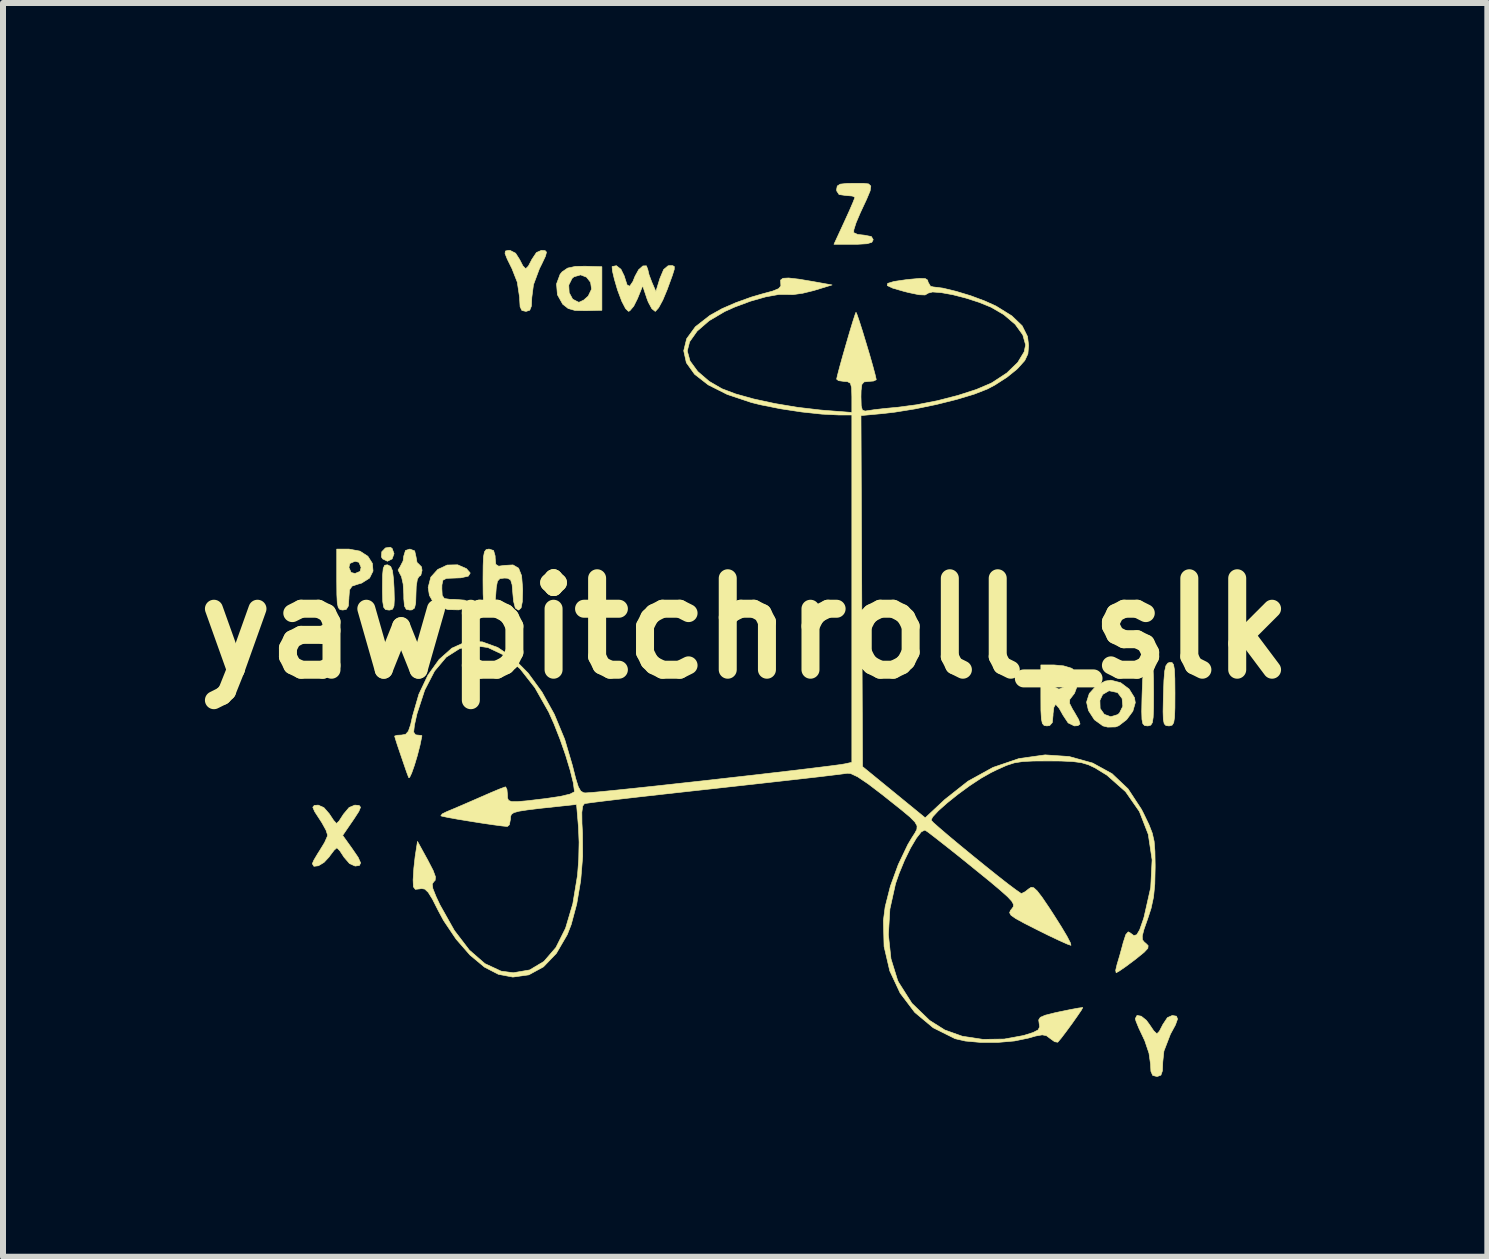
<source format=kicad_pcb>
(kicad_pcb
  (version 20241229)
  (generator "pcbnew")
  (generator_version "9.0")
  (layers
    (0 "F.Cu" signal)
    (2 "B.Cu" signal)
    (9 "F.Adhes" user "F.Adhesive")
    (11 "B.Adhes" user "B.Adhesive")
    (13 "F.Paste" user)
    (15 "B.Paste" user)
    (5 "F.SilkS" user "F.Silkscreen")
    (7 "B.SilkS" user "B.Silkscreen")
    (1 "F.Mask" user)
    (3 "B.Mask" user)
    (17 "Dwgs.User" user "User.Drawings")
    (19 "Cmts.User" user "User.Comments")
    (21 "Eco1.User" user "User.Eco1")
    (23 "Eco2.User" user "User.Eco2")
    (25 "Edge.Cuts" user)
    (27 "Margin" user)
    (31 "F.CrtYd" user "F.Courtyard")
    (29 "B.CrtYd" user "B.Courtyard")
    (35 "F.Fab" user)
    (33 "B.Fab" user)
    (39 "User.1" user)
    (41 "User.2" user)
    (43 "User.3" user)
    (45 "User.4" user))
  (footprint "yawpitchroll_slk"
    (layer "F.Cu")
    (at 9.369 7.422)
    (property "Reference" "yawpitchroll_slk" (at 0 0 0) (layer "F.SilkS") (effects (font (size 1.524 1.524) (thickness 0.3))))
    (attr through_hole)
    (fp_poly (pts (xy -5.884 -1.332) (xy -5.852 -1.245) (xy -5.884 -1.157) (xy -5.962 -1.118) (xy -6.043 -1.158) (xy -6.062 -1.19) (xy -6.056 -1.277) (xy -5.995 -1.34) (xy -5.915 -1.352) (xy -5.884 -1.332)) (stroke (width 0.01) (type solid)) (fill yes) (layer "F.SilkS"))
    (fp_poly (pts (xy -5.956 -1.057) (xy -5.908 -1.031) (xy -5.878 -0.96) (xy -5.861 -0.824) (xy -5.852 -0.673) (xy -5.847 -0.482) (xy -5.853 -0.372) (xy -5.876 -0.32) (xy -5.922 -0.305) (xy -5.941 -0.305) (xy -5.994 -0.313) (xy -6.025 -0.352) (xy -6.04 -0.444) (xy -6.045 -0.607) (xy -6.045 -0.69) (xy -6.043 -0.885) (xy -6.032 -0.999) (xy -6.008 -1.051) (xy -5.966 -1.059) (xy -5.956 -1.057)) (stroke (width 0.01) (type solid)) (fill yes) (layer "F.SilkS"))
    (fp_poly (pts (xy 6.758 0.57) (xy 6.784 0.604) (xy 6.799 0.688) (xy 6.805 0.838) (xy 6.807 1.072) (xy 6.807 1.088) (xy 6.806 1.327) (xy 6.8 1.482) (xy 6.786 1.572) (xy 6.76 1.613) (xy 6.719 1.625) (xy 6.704 1.626) (xy 6.657 1.62) (xy 6.628 1.59) (xy 6.613 1.518) (xy 6.609 1.386) (xy 6.613 1.175) (xy 6.615 1.105) (xy 6.624 0.867) (xy 6.637 0.712) (xy 6.657 0.623) (xy 6.688 0.58) (xy 6.718 0.568) (xy 6.758 0.57)) (stroke (width 0.01) (type solid)) (fill yes) (layer "F.SilkS"))
    (fp_poly (pts (xy 7.114 0.57) (xy 7.139 0.604) (xy 7.154 0.688) (xy 7.161 0.838) (xy 7.163 1.072) (xy 7.163 1.088) (xy 7.162 1.327) (xy 7.156 1.482) (xy 7.142 1.572) (xy 7.116 1.613) (xy 7.075 1.625) (xy 7.059 1.626) (xy 7.013 1.62) (xy 6.984 1.59) (xy 6.969 1.518) (xy 6.965 1.386) (xy 6.969 1.175) (xy 6.971 1.105) (xy 6.979 0.867) (xy 6.992 0.712) (xy 7.012 0.623) (xy 7.044 0.58) (xy 7.074 0.568) (xy 7.114 0.57)) (stroke (width 0.01) (type solid)) (fill yes) (layer "F.SilkS"))
    (fp_poly (pts (xy -4.645 -0.995) (xy -4.582 -0.922) (xy -4.614 -0.87) (xy -4.74 -0.842) (xy -4.843 -0.838) (xy -4.977 -0.833) (xy -5.037 -0.803) (xy -5.054 -0.723) (xy -5.055 -0.66) (xy -5.049 -0.548) (xy -5.013 -0.497) (xy -4.917 -0.483) (xy -4.843 -0.483) (xy -4.678 -0.47) (xy -4.589 -0.435) (xy -4.587 -0.385) (xy -4.624 -0.354) (xy -4.77 -0.308) (xy -4.949 -0.312) (xy -5.112 -0.359) (xy -5.182 -0.406) (xy -5.263 -0.551) (xy -5.283 -0.682) (xy -5.239 -0.853) (xy -5.124 -0.981) (xy -4.966 -1.055) (xy -4.792 -1.059) (xy -4.645 -0.995)) (stroke (width 0.01) (type solid)) (fill yes) (layer "F.SilkS"))
    (fp_poly (pts (xy -5.508 -1.291) (xy -5.486 -1.194) (xy -5.469 -1.098) (xy -5.436 -1.067) (xy -5.394 -1.024) (xy -5.385 -0.965) (xy -5.406 -0.883) (xy -5.436 -0.864) (xy -5.463 -0.818) (xy -5.482 -0.699) (xy -5.486 -0.584) (xy -5.491 -0.423) (xy -5.51 -0.339) (xy -5.552 -0.308) (xy -5.588 -0.305) (xy -5.648 -0.317) (xy -5.678 -0.371) (xy -5.689 -0.491) (xy -5.69 -0.574) (xy -5.7 -0.738) (xy -5.728 -0.863) (xy -5.751 -0.904) (xy -5.785 -0.973) (xy -5.751 -1.026) (xy -5.701 -1.123) (xy -5.69 -1.204) (xy -5.661 -1.298) (xy -5.588 -1.321) (xy -5.508 -1.291)) (stroke (width 0.01) (type solid)) (fill yes) (layer "F.SilkS"))
    (fp_poly (pts (xy -2.388 -6.027) (xy -2.388 -5.301) (xy -2.66 -5.294) (xy -2.836 -5.298) (xy -2.949 -5.33) (xy -3.037 -5.399) (xy -3.041 -5.403) (xy -3.129 -5.56) (xy -3.142 -5.721) (xy -2.94 -5.721) (xy -2.933 -5.594) (xy -2.875 -5.486) (xy -2.778 -5.436) (xy -2.766 -5.436) (xy -2.692 -5.47) (xy -2.616 -5.537) (xy -2.56 -5.653) (xy -2.576 -5.766) (xy -2.644 -5.853) (xy -2.743 -5.891) (xy -2.853 -5.859) (xy -2.885 -5.832) (xy -2.94 -5.721) (xy -3.142 -5.721) (xy -3.144 -5.739) (xy -3.084 -5.901) (xy -3.05 -5.942) (xy -2.959 -6.004) (xy -2.83 -6.032) (xy -2.669 -6.035) (xy -2.388 -6.027)) (stroke (width 0.01) (type solid)) (fill yes) (layer "F.SilkS"))
    (fp_poly (pts (xy 6.601 6.464) (xy 6.686 6.532) (xy 6.739 6.604) (xy 6.808 6.706) (xy 6.859 6.755) (xy 6.863 6.756) (xy 6.903 6.715) (xy 6.956 6.613) (xy 6.96 6.604) (xy 7.037 6.488) (xy 7.118 6.452) (xy 7.188 6.464) (xy 7.206 6.511) (xy 7.171 6.609) (xy 7.087 6.764) (xy 6.979 7.045) (xy 6.96 7.226) (xy 6.954 7.374) (xy 6.929 7.446) (xy 6.874 7.467) (xy 6.858 7.468) (xy 6.792 7.451) (xy 6.762 7.382) (xy 6.756 7.263) (xy 6.73 7.08) (xy 6.66 6.873) (xy 6.629 6.807) (xy 6.559 6.659) (xy 6.513 6.545) (xy 6.502 6.504) (xy 6.531 6.451) (xy 6.601 6.464)) (stroke (width 0.01) (type solid)) (fill yes) (layer "F.SilkS"))
    (fp_poly (pts (xy -3.334 -6.295) (xy -3.311 -6.27) (xy -3.328 -6.203) (xy -3.389 -6.074) (xy -3.429 -5.994) (xy -3.528 -5.728) (xy -3.556 -5.513) (xy -3.563 -5.37) (xy -3.59 -5.302) (xy -3.649 -5.283) (xy -3.658 -5.283) (xy -3.721 -5.298) (xy -3.751 -5.36) (xy -3.759 -5.494) (xy -3.759 -5.513) (xy -3.798 -5.77) (xy -3.886 -5.994) (xy -3.966 -6.156) (xy -4.002 -6.247) (xy -3.996 -6.288) (xy -3.95 -6.299) (xy -3.918 -6.299) (xy -3.826 -6.252) (xy -3.759 -6.147) (xy -3.705 -6.042) (xy -3.66 -5.995) (xy -3.658 -5.994) (xy -3.614 -6.036) (xy -3.56 -6.138) (xy -3.556 -6.147) (xy -3.479 -6.263) (xy -3.397 -6.299) (xy -3.334 -6.295)) (stroke (width 0.01) (type solid)) (fill yes) (layer "F.SilkS"))
    (fp_poly (pts (xy 6.258 0.906) (xy 6.399 1.012) (xy 6.488 1.155) (xy 6.502 1.239) (xy 6.461 1.381) (xy 6.358 1.521) (xy 6.226 1.623) (xy 6.172 1.643) (xy 6.042 1.646) (xy 5.962 1.626) (xy 5.821 1.524) (xy 5.721 1.369) (xy 5.69 1.231) (xy 5.699 1.2) (xy 5.912 1.2) (xy 5.916 1.336) (xy 5.985 1.433) (xy 6.092 1.473) (xy 6.208 1.438) (xy 6.238 1.412) (xy 6.294 1.298) (xy 6.282 1.169) (xy 6.209 1.073) (xy 6.201 1.069) (xy 6.064 1.04) (xy 5.958 1.102) (xy 5.912 1.2) (xy 5.699 1.2) (xy 5.735 1.087) (xy 5.849 0.96) (xy 6.001 0.879) (xy 6.096 0.864) (xy 6.258 0.906)) (stroke (width 0.01) (type solid)) (fill yes) (layer "F.SilkS"))
    (fp_poly (pts (xy -6.42 -1.287) (xy -6.288 -1.201) (xy -6.213 -1.083) (xy -6.202 -0.955) (xy -6.26 -0.838) (xy -6.392 -0.754) (xy -6.451 -0.737) (xy -6.551 -0.704) (xy -6.594 -0.641) (xy -6.604 -0.514) (xy -6.604 -0.504) (xy -6.613 -0.373) (xy -6.649 -0.315) (xy -6.706 -0.305) (xy -6.752 -0.312) (xy -6.781 -0.345) (xy -6.798 -0.423) (xy -6.805 -0.563) (xy -6.807 -0.786) (xy -6.807 -0.813) (xy -6.807 -1.016) (xy -6.604 -1.016) (xy -6.568 -0.931) (xy -6.502 -0.914) (xy -6.417 -0.95) (xy -6.401 -1.016) (xy -6.437 -1.101) (xy -6.502 -1.118) (xy -6.587 -1.082) (xy -6.604 -1.016) (xy -6.807 -1.016) (xy -6.807 -1.321) (xy -6.604 -1.321) (xy -6.42 -1.287)) (stroke (width 0.01) (type solid)) (fill yes) (layer "F.SilkS"))
    (fp_poly (pts (xy 2.057 -7.407) (xy 2.094 -7.371) (xy 2.083 -7.292) (xy 2.025 -7.153) (xy 1.925 -6.939) (xy 1.913 -6.912) (xy 1.848 -6.759) (xy 1.811 -6.642) (xy 1.809 -6.595) (xy 1.873 -6.565) (xy 1.984 -6.553) (xy 2.103 -6.53) (xy 2.134 -6.477) (xy 2.111 -6.434) (xy 2.032 -6.41) (xy 1.877 -6.401) (xy 1.807 -6.401) (xy 1.48 -6.401) (xy 1.654 -6.778) (xy 1.735 -6.956) (xy 1.796 -7.097) (xy 1.827 -7.176) (xy 1.829 -7.185) (xy 1.785 -7.205) (xy 1.678 -7.214) (xy 1.676 -7.214) (xy 1.565 -7.23) (xy 1.526 -7.289) (xy 1.524 -7.315) (xy 1.535 -7.372) (xy 1.584 -7.403) (xy 1.694 -7.415) (xy 1.828 -7.417) (xy 1.969 -7.417) (xy 2.057 -7.407)) (stroke (width 0.01) (type solid)) (fill yes) (layer "F.SilkS"))
    (fp_poly (pts (xy -4.193 -1.297) (xy -4.167 -1.207) (xy -4.166 -1.17) (xy -4.156 -1.066) (xy -4.108 -1.036) (xy -4.013 -1.049) (xy -3.869 -1.057) (xy -3.776 -1.003) (xy -3.726 -0.877) (xy -3.709 -0.665) (xy -3.708 -0.629) (xy -3.714 -0.444) (xy -3.734 -0.342) (xy -3.771 -0.306) (xy -3.782 -0.305) (xy -3.831 -0.339) (xy -3.86 -0.452) (xy -3.871 -0.572) (xy -3.884 -0.727) (xy -3.909 -0.807) (xy -3.96 -0.835) (xy -4.013 -0.838) (xy -4.088 -0.829) (xy -4.128 -0.786) (xy -4.148 -0.684) (xy -4.156 -0.572) (xy -4.17 -0.413) (xy -4.198 -0.333) (xy -4.249 -0.306) (xy -4.27 -0.305) (xy -4.315 -0.312) (xy -4.344 -0.347) (xy -4.36 -0.428) (xy -4.367 -0.573) (xy -4.369 -0.8) (xy -4.369 -0.813) (xy -4.367 -1.044) (xy -4.361 -1.192) (xy -4.345 -1.275) (xy -4.317 -1.312) (xy -4.273 -1.321) (xy -4.267 -1.321) (xy -4.193 -1.297)) (stroke (width 0.01) (type solid)) (fill yes) (layer "F.SilkS"))
    (fp_poly (pts (xy -1.209 -6.045) (xy -1.181 -6.03) (xy -1.182 -5.982) (xy -1.213 -5.883) (xy -1.275 -5.713) (xy -1.301 -5.642) (xy -1.373 -5.47) (xy -1.442 -5.343) (xy -1.494 -5.285) (xy -1.5 -5.283) (xy -1.555 -5.327) (xy -1.615 -5.438) (xy -1.637 -5.496) (xy -1.708 -5.709) (xy -1.794 -5.496) (xy -1.858 -5.368) (xy -1.923 -5.292) (xy -1.945 -5.283) (xy -1.993 -5.329) (xy -2.056 -5.45) (xy -2.122 -5.626) (xy -2.128 -5.643) (xy -2.18 -5.82) (xy -2.212 -5.956) (xy -2.218 -6.027) (xy -2.216 -6.03) (xy -2.146 -6.044) (xy -2.07 -5.984) (xy -2.014 -5.87) (xy -2.007 -5.845) (xy -1.968 -5.724) (xy -1.924 -5.702) (xy -1.871 -5.78) (xy -1.836 -5.867) (xy -1.775 -5.978) (xy -1.704 -6.04) (xy -1.646 -6.042) (xy -1.623 -5.982) (xy -1.602 -5.893) (xy -1.555 -5.768) (xy -1.554 -5.766) (xy -1.488 -5.613) (xy -1.422 -5.829) (xy -1.358 -5.981) (xy -1.285 -6.042) (xy -1.262 -6.045) (xy -1.209 -6.045)) (stroke (width 0.01) (type solid)) (fill yes) (layer "F.SilkS"))
    (fp_poly (pts (xy 5.306 0.625) (xy 5.434 0.663) (xy 5.458 0.677) (xy 5.532 0.788) (xy 5.543 0.936) (xy 5.489 1.082) (xy 5.462 1.117) (xy 5.409 1.186) (xy 5.406 1.25) (xy 5.456 1.348) (xy 5.481 1.388) (xy 5.559 1.523) (xy 5.581 1.594) (xy 5.545 1.622) (xy 5.486 1.626) (xy 5.383 1.576) (xy 5.298 1.448) (xy 5.234 1.334) (xy 5.182 1.273) (xy 5.172 1.27) (xy 5.145 1.315) (xy 5.131 1.425) (xy 5.131 1.448) (xy 5.119 1.57) (xy 5.075 1.62) (xy 5.029 1.626) (xy 4.983 1.619) (xy 4.953 1.585) (xy 4.937 1.508) (xy 4.929 1.367) (xy 4.928 1.145) (xy 4.928 1.118) (xy 4.928 0.93) (xy 5.133 0.93) (xy 5.165 0.982) (xy 5.229 1.013) (xy 5.32 0.975) (xy 5.328 0.97) (xy 5.371 0.905) (xy 5.334 0.843) (xy 5.237 0.813) (xy 5.229 0.813) (xy 5.148 0.85) (xy 5.133 0.93) (xy 4.928 0.93) (xy 4.928 0.61) (xy 5.146 0.61) (xy 5.306 0.625)) (stroke (width 0.01) (type solid)) (fill yes) (layer "F.SilkS"))
    (fp_poly (pts (xy -6.433 2.952) (xy -6.41 2.982) (xy -6.439 3.052) (xy -6.524 3.183) (xy -6.555 3.228) (xy -6.708 3.451) (xy -6.555 3.664) (xy -6.45 3.817) (xy -6.409 3.909) (xy -6.429 3.952) (xy -6.5 3.962) (xy -6.593 3.921) (xy -6.684 3.816) (xy -6.688 3.81) (xy -6.755 3.708) (xy -6.802 3.659) (xy -6.805 3.658) (xy -6.849 3.696) (xy -6.92 3.789) (xy -6.934 3.81) (xy -7.019 3.901) (xy -7.112 3.957) (xy -7.187 3.966) (xy -7.214 3.923) (xy -7.187 3.861) (xy -7.121 3.75) (xy -7.087 3.697) (xy -7.009 3.569) (xy -6.964 3.467) (xy -6.96 3.443) (xy -6.986 3.363) (xy -7.054 3.24) (xy -7.087 3.189) (xy -7.175 3.054) (xy -7.206 2.981) (xy -7.181 2.951) (xy -7.115 2.946) (xy -7.021 2.988) (xy -6.93 3.092) (xy -6.926 3.099) (xy -6.859 3.2) (xy -6.813 3.25) (xy -6.809 3.251) (xy -6.768 3.211) (xy -6.705 3.114) (xy -6.695 3.098) (xy -6.6 2.985) (xy -6.505 2.946) (xy -6.433 2.952)) (stroke (width 0.01) (type solid)) (fill yes) (layer "F.SilkS"))
    (fp_poly (pts (xy 0.892 -5.82) (xy 1.113 -5.783) (xy 1.448 -5.723) (xy 1.143 -5.63) (xy 0.96 -5.585) (xy 0.797 -5.562) (xy 0.711 -5.564) (xy 0.559 -5.564) (xy 0.343 -5.525) (xy 0.09 -5.453) (xy -0.174 -5.355) (xy -0.339 -5.281) (xy -0.6 -5.127) (xy -0.8 -4.954) (xy -0.926 -4.776) (xy -0.965 -4.623) (xy -0.919 -4.456) (xy -0.791 -4.281) (xy -0.599 -4.116) (xy -0.387 -3.993) (xy -0.16 -3.907) (xy 0.141 -3.823) (xy 0.493 -3.747) (xy 0.869 -3.684) (xy 1.244 -3.64) (xy 1.333 -3.632) (xy 1.778 -3.598) (xy 1.778 -3.856) (xy 1.774 -4.009) (xy 1.754 -4.085) (xy 1.704 -4.112) (xy 1.651 -4.115) (xy 1.556 -4.128) (xy 1.524 -4.153) (xy 1.538 -4.216) (xy 1.573 -4.35) (xy 1.623 -4.53) (xy 1.681 -4.732) (xy 1.739 -4.931) (xy 1.791 -5.103) (xy 1.83 -5.223) (xy 1.847 -5.268) (xy 1.865 -5.228) (xy 1.904 -5.114) (xy 1.957 -4.948) (xy 2.016 -4.753) (xy 2.076 -4.553) (xy 2.128 -4.37) (xy 2.166 -4.228) (xy 2.184 -4.149) (xy 2.184 -4.143) (xy 2.141 -4.122) (xy 2.057 -4.115) (xy 1.982 -4.107) (xy 1.945 -4.065) (xy 1.932 -3.963) (xy 1.93 -3.86) (xy 1.934 -3.71) (xy 1.953 -3.638) (xy 1.998 -3.621) (xy 2.045 -3.628) (xy 2.151 -3.644) (xy 2.323 -3.664) (xy 2.524 -3.683) (xy 2.536 -3.684) (xy 2.857 -3.726) (xy 3.204 -3.794) (xy 3.546 -3.882) (xy 3.853 -3.981) (xy 4.093 -4.083) (xy 4.119 -4.097) (xy 4.361 -4.256) (xy 4.543 -4.432) (xy 4.65 -4.609) (xy 4.674 -4.724) (xy 4.627 -4.891) (xy 4.501 -5.066) (xy 4.31 -5.229) (xy 4.099 -5.352) (xy 3.9 -5.433) (xy 3.68 -5.504) (xy 3.462 -5.56) (xy 3.268 -5.595) (xy 3.123 -5.606) (xy 3.047 -5.586) (xy 3.045 -5.583) (xy 2.998 -5.556) (xy 2.898 -5.56) (xy 2.725 -5.596) (xy 2.646 -5.616) (xy 2.459 -5.67) (xy 2.368 -5.713) (xy 2.375 -5.749) (xy 2.48 -5.781) (xy 2.685 -5.811) (xy 2.731 -5.816) (xy 2.906 -5.832) (xy 3.002 -5.829) (xy 3.042 -5.803) (xy 3.048 -5.771) (xy 3.089 -5.701) (xy 3.134 -5.69) (xy 3.295 -5.67) (xy 3.514 -5.617) (xy 3.759 -5.543) (xy 3.995 -5.455) (xy 4.181 -5.371) (xy 4.444 -5.208) (xy 4.616 -5.043) (xy 4.706 -4.863) (xy 4.724 -4.713) (xy 4.712 -4.574) (xy 4.66 -4.463) (xy 4.55 -4.34) (xy 4.525 -4.315) (xy 4.362 -4.184) (xy 4.16 -4.054) (xy 4.037 -3.989) (xy 3.817 -3.903) (xy 3.524 -3.815) (xy 3.188 -3.731) (xy 2.835 -3.658) (xy 2.495 -3.603) (xy 2.298 -3.58) (xy 1.93 -3.546) (xy 1.943 -0.621) (xy 1.956 2.304) (xy 3.001 3.158) (xy 3.327 2.853) (xy 3.713 2.548) (xy 4.13 2.318) (xy 4.564 2.17) (xy 4.999 2.109) (xy 5.399 2.136) (xy 5.791 2.245) (xy 6.114 2.422) (xy 6.381 2.675) (xy 6.604 3.015) (xy 6.64 3.085) (xy 6.729 3.27) (xy 6.785 3.414) (xy 6.816 3.551) (xy 6.829 3.716) (xy 6.833 3.943) (xy 6.833 3.985) (xy 6.827 4.262) (xy 6.806 4.477) (xy 6.765 4.667) (xy 6.709 4.839) (xy 6.646 5.018) (xy 6.618 5.127) (xy 6.621 5.19) (xy 6.654 5.232) (xy 6.676 5.248) (xy 6.716 5.288) (xy 6.711 5.333) (xy 6.648 5.4) (xy 6.516 5.507) (xy 6.49 5.527) (xy 6.347 5.634) (xy 6.237 5.71) (xy 6.183 5.74) (xy 6.183 5.74) (xy 6.175 5.699) (xy 6.198 5.601) (xy 6.24 5.461) (xy 6.288 5.286) (xy 6.3 5.239) (xy 6.344 5.104) (xy 6.384 5.058) (xy 6.415 5.074) (xy 6.477 5.12) (xy 6.526 5.107) (xy 6.575 5.024) (xy 6.634 4.856) (xy 6.648 4.811) (xy 6.759 4.319) (xy 6.782 3.857) (xy 6.718 3.433) (xy 6.57 3.052) (xy 6.34 2.722) (xy 6.03 2.448) (xy 5.832 2.326) (xy 5.72 2.273) (xy 5.605 2.239) (xy 5.461 2.22) (xy 5.262 2.211) (xy 5.052 2.21) (xy 4.802 2.211) (xy 4.624 2.22) (xy 4.485 2.242) (xy 4.356 2.284) (xy 4.206 2.351) (xy 4.099 2.403) (xy 3.931 2.498) (xy 3.74 2.624) (xy 3.545 2.767) (xy 3.365 2.911) (xy 3.219 3.041) (xy 3.124 3.144) (xy 3.099 3.196) (xy 3.136 3.237) (xy 3.239 3.328) (xy 3.391 3.458) (xy 3.578 3.614) (xy 3.785 3.784) (xy 3.997 3.956) (xy 4.198 4.117) (xy 4.374 4.255) (xy 4.51 4.357) (xy 4.591 4.413) (xy 4.605 4.42) (xy 4.667 4.389) (xy 4.726 4.342) (xy 4.766 4.316) (xy 4.809 4.323) (xy 4.866 4.375) (xy 4.949 4.483) (xy 5.069 4.66) (xy 5.143 4.774) (xy 5.267 4.97) (xy 5.363 5.131) (xy 5.42 5.241) (xy 5.43 5.283) (xy 5.429 5.283) (xy 5.368 5.262) (xy 5.236 5.203) (xy 5.054 5.117) (xy 4.871 5.026) (xy 4.65 4.914) (xy 4.508 4.836) (xy 4.431 4.782) (xy 4.407 4.74) (xy 4.422 4.701) (xy 4.443 4.676) (xy 4.469 4.64) (xy 4.472 4.601) (xy 4.444 4.549) (xy 4.375 4.474) (xy 4.255 4.367) (xy 4.077 4.217) (xy 3.829 4.016) (xy 3.785 3.98) (xy 3.55 3.79) (xy 3.339 3.623) (xy 3.168 3.489) (xy 3.05 3.398) (xy 2.996 3.362) (xy 2.996 3.362) (xy 2.936 3.391) (xy 2.853 3.497) (xy 2.756 3.661) (xy 2.656 3.865) (xy 2.564 4.088) (xy 2.506 4.255) (xy 2.412 4.678) (xy 2.387 5.104) (xy 2.43 5.508) (xy 2.54 5.863) (xy 2.555 5.896) (xy 2.779 6.249) (xy 3.075 6.535) (xy 3.327 6.694) (xy 3.619 6.798) (xy 3.962 6.85) (xy 4.319 6.845) (xy 4.64 6.786) (xy 4.801 6.735) (xy 4.883 6.692) (xy 4.908 6.641) (xy 4.9 6.586) (xy 4.892 6.526) (xy 4.919 6.483) (xy 5 6.448) (xy 5.154 6.409) (xy 5.242 6.39) (xy 5.422 6.353) (xy 5.557 6.328) (xy 5.623 6.32) (xy 5.626 6.321) (xy 5.604 6.362) (xy 5.538 6.459) (xy 5.448 6.587) (xy 5.351 6.719) (xy 5.266 6.831) (xy 5.21 6.897) (xy 5.209 6.898) (xy 5.157 6.889) (xy 5.085 6.837) (xy 5.021 6.789) (xy 4.951 6.775) (xy 4.843 6.794) (xy 4.72 6.829) (xy 4.487 6.877) (xy 4.21 6.901) (xy 3.924 6.901) (xy 3.669 6.878) (xy 3.499 6.839) (xy 3.134 6.657) (xy 2.826 6.4) (xy 2.583 6.079) (xy 2.41 5.709) (xy 2.315 5.302) (xy 2.304 4.869) (xy 2.333 4.641) (xy 2.42 4.298) (xy 2.552 3.936) (xy 2.71 3.605) (xy 2.776 3.494) (xy 2.829 3.412) (xy 2.862 3.349) (xy 2.865 3.292) (xy 2.829 3.228) (xy 2.746 3.144) (xy 2.607 3.028) (xy 2.402 2.865) (xy 2.288 2.774) (xy 2.048 2.591) (xy 1.874 2.474) (xy 1.756 2.419) (xy 1.703 2.415) (xy 1.632 2.425) (xy 1.471 2.445) (xy 1.231 2.474) (xy 0.923 2.509) (xy 0.559 2.55) (xy 0.15 2.596) (xy -0.293 2.645) (xy -0.508 2.669) (xy -0.961 2.719) (xy -1.384 2.766) (xy -1.766 2.809) (xy -2.095 2.847) (xy -2.361 2.879) (xy -2.553 2.903) (xy -2.66 2.918) (xy -2.678 2.921) (xy -2.708 2.962) (xy -2.722 3.067) (xy -2.72 3.251) (xy -2.711 3.414) (xy -2.708 3.799) (xy -2.741 4.203) (xy -2.807 4.593) (xy -2.899 4.936) (xy -2.965 5.105) (xy -3.147 5.418) (xy -3.362 5.642) (xy -3.606 5.775) (xy -3.872 5.812) (xy -4.113 5.766) (xy -4.345 5.646) (xy -4.586 5.445) (xy -4.818 5.179) (xy -5.027 4.868) (xy -5.115 4.704) (xy -5.212 4.513) (xy -5.282 4.4) (xy -5.339 4.346) (xy -5.395 4.337) (xy -5.423 4.342) (xy -5.497 4.35) (xy -5.529 4.308) (xy -5.534 4.191) (xy -5.533 4.179) (xy -5.522 3.998) (xy -5.5 3.801) (xy -5.495 3.769) (xy -5.461 3.551) (xy -5.289 3.864) (xy -5.2 4.036) (xy -5.161 4.142) (xy -5.167 4.201) (xy -5.187 4.22) (xy -5.215 4.26) (xy -5.205 4.337) (xy -5.152 4.47) (xy -5.087 4.608) (xy -4.847 5.035) (xy -4.597 5.362) (xy -4.337 5.588) (xy -4.068 5.713) (xy -3.864 5.74) (xy -3.591 5.693) (xy -3.354 5.551) (xy -3.154 5.319) (xy -2.993 4.997) (xy -2.872 4.588) (xy -2.794 4.115) (xy -2.774 3.852) (xy -2.768 3.566) (xy -2.778 3.317) (xy -2.778 3.314) (xy -2.81 2.935) (xy -3.119 2.968) (xy -3.418 3) (xy -3.63 3.026) (xy -3.771 3.048) (xy -3.854 3.071) (xy -3.896 3.1) (xy -3.91 3.137) (xy -3.912 3.182) (xy -3.93 3.274) (xy -3.963 3.302) (xy -4.048 3.294) (xy -4.199 3.274) (xy -4.39 3.246) (xy -4.597 3.213) (xy -4.793 3.181) (xy -4.953 3.152) (xy -5.052 3.131) (xy -5.072 3.124) (xy -5.048 3.092) (xy -4.973 3.055) (xy -4.872 3.013) (xy -4.708 2.943) (xy -4.51 2.857) (xy -4.437 2.825) (xy -4.249 2.743) (xy -4.099 2.68) (xy -4.008 2.646) (xy -3.992 2.642) (xy -3.97 2.685) (xy -3.962 2.769) (xy -3.96 2.829) (xy -3.943 2.868) (xy -3.894 2.887) (xy -3.797 2.888) (xy -3.636 2.874) (xy -3.394 2.845) (xy -3.324 2.837) (xy -3.083 2.801) (xy -2.921 2.763) (xy -2.848 2.726) (xy -2.845 2.718) (xy -2.864 2.575) (xy -2.916 2.366) (xy -2.992 2.115) (xy -3.085 1.849) (xy -3.185 1.594) (xy -3.273 1.397) (xy -3.503 0.991) (xy -3.751 0.674) (xy -4.013 0.45) (xy -4.287 0.32) (xy -4.51 0.288) (xy -4.758 0.337) (xy -4.982 0.48) (xy -5.177 0.712) (xy -5.341 1.029) (xy -5.47 1.425) (xy -5.512 1.613) (xy -5.525 1.729) (xy -5.495 1.774) (xy -5.465 1.778) (xy -5.396 1.785) (xy -5.387 1.791) (xy -5.419 1.947) (xy -5.463 2.119) (xy -5.512 2.282) (xy -5.558 2.412) (xy -5.593 2.486) (xy -5.607 2.489) (xy -5.642 2.396) (xy -5.691 2.254) (xy -5.746 2.093) (xy -5.797 1.943) (xy -5.832 1.833) (xy -5.842 1.795) (xy -5.799 1.782) (xy -5.725 1.778) (xy -5.659 1.766) (xy -5.613 1.715) (xy -5.575 1.604) (xy -5.543 1.461) (xy -5.438 1.098) (xy -5.287 0.78) (xy -5.101 0.52) (xy -4.889 0.331) (xy -4.661 0.228) (xy -4.635 0.223) (xy -4.382 0.225) (xy -4.123 0.319) (xy -3.865 0.496) (xy -3.617 0.746) (xy -3.387 1.061) (xy -3.181 1.432) (xy -3.008 1.849) (xy -2.879 2.286) (xy -2.824 2.504) (xy -2.781 2.64) (xy -2.74 2.712) (xy -2.692 2.74) (xy -2.662 2.743) (xy -2.572 2.737) (xy -2.396 2.721) (xy -2.145 2.696) (xy -1.835 2.664) (xy -1.478 2.626) (xy -1.088 2.583) (xy -0.678 2.538) (xy -0.263 2.491) (xy 0.145 2.445) (xy 0.532 2.4) (xy 0.883 2.359) (xy 1.186 2.322) (xy 1.427 2.292) (xy 1.593 2.27) (xy 1.664 2.258) (xy 1.778 2.233) (xy 1.778 -3.556) (xy 1.561 -3.556) (xy 1.28 -3.57) (xy 0.942 -3.606) (xy 0.587 -3.66) (xy 0.256 -3.726) (xy 0.103 -3.764) (xy -0.3 -3.899) (xy -0.616 -4.058) (xy -0.843 -4.235) (xy -0.98 -4.427) (xy -1.024 -4.626) (xy -0.975 -4.827) (xy -0.83 -5.026) (xy -0.588 -5.215) (xy -0.387 -5.327) (xy -0.157 -5.427) (xy 0.101 -5.52) (xy 0.278 -5.572) (xy 0.459 -5.621) (xy 0.559 -5.662) (xy 0.595 -5.707) (xy 0.593 -5.749) (xy 0.59 -5.804) (xy 0.63 -5.834) (xy 0.725 -5.839) (xy 0.892 -5.82)) (stroke (width 0.01) (type solid)) (fill yes) (layer "F.SilkS")))
  (gr_rect
    (start -3 -3)
    (end 21.738 17.895)
    (stroke (width 0.1) (type default))
    (fill no)
    (layer "Edge.Cuts")))
</source>
